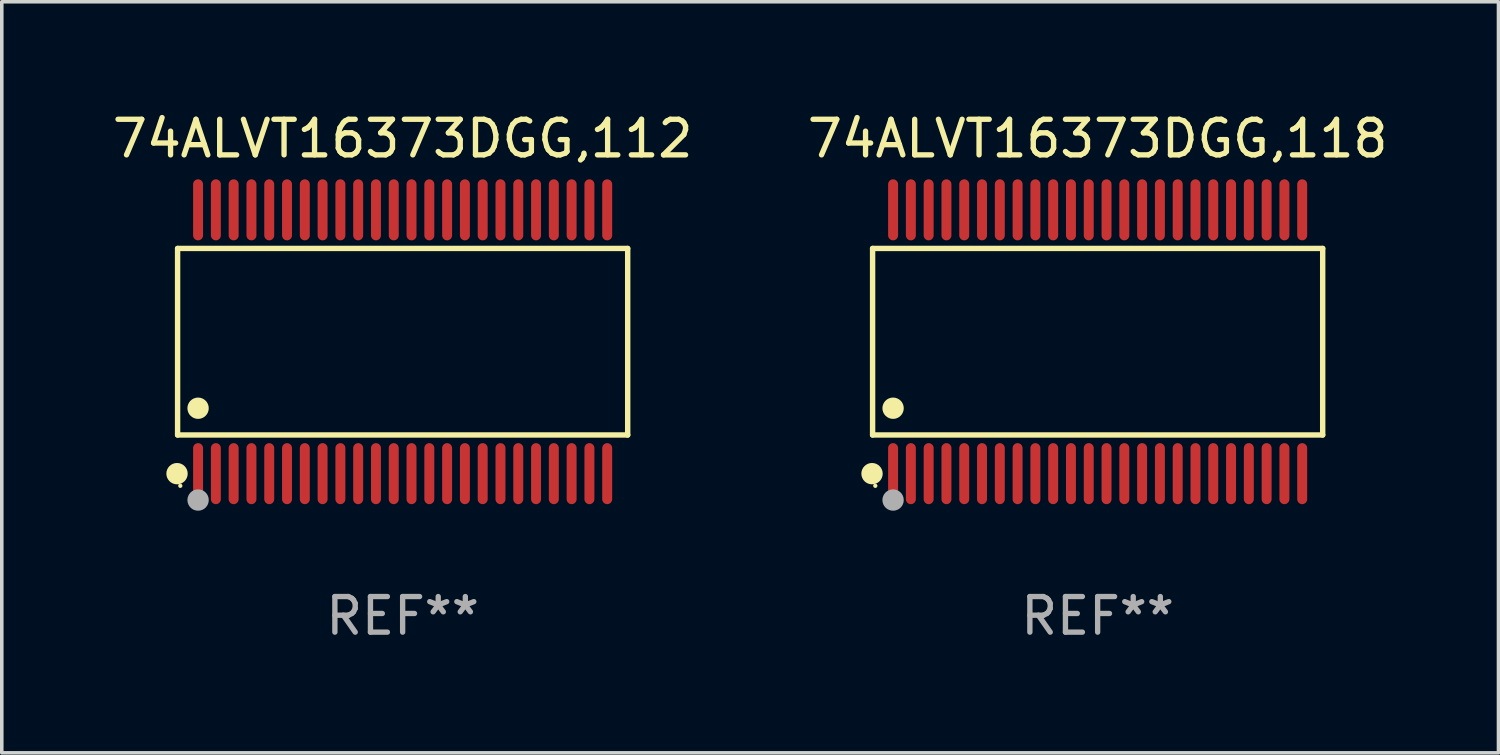
<source format=kicad_pcb>
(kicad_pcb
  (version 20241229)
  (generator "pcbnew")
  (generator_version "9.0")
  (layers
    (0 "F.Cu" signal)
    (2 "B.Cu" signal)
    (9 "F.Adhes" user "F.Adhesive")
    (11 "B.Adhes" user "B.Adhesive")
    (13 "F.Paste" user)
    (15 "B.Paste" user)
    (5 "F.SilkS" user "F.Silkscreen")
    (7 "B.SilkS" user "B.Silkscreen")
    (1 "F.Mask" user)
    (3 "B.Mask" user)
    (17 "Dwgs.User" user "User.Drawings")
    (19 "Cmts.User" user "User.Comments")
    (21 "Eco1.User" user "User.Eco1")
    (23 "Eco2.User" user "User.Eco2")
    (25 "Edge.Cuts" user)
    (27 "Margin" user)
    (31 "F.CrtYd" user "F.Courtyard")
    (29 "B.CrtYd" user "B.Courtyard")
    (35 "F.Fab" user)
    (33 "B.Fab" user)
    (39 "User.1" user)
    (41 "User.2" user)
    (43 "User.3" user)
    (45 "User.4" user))
  (footprint "74ALVT16373DGG,118"
    (layer "F.Cu")
    (at 27.804 6.556)
    (property "Reference" "74ALVT16373DGG,118" (at 0 -5.708 0) (layer "F.SilkS") (effects (font (size 1 1) (thickness 0.15))))
    (attr through_hole)
    (fp_line (start -6.326 -2.622) (end 6.326 -2.622) (stroke (width 0.152) (type solid)) (layer "F.SilkS"))
    (fp_line (start -6.326 2.621) (end -6.326 -2.622) (stroke (width 0.152) (type solid)) (layer "F.SilkS"))
    (fp_line (start 6.326 -2.622) (end 6.326 2.621) (stroke (width 0.152) (type solid)) (layer "F.SilkS"))
    (fp_line (start 6.326 2.621) (end -6.326 2.621) (stroke (width 0.152) (type solid)) (layer "F.SilkS"))
    (fp_circle (center -6.342 3.708) (end -6.192 3.708) (stroke (width 0.3) (type solid)) (fill no) (layer "F.SilkS"))
    (fp_circle (center -6.25 4.05) (end -6.22 4.05) (stroke (width 0.06) (type solid)) (fill no) (layer "F.SilkS"))
    (fp_circle (center -5.75 1.869) (end -5.6 1.869) (stroke (width 0.3) (type solid)) (fill no) (layer "F.SilkS"))
    (fp_circle (center -5.75 4.45) (end -5.6 4.45) (stroke (width 0.3) (type solid)) (fill no) (layer "F.Fab"))
    (fp_text user "REF**" (at 0 7.708 0) (layer "F.Fab") (effects (font (size 1 1) (thickness 0.15))))
    (pad "1" smd oval (at -5.75 3.708) (size 0.28 1.715) (layers "F.Cu" "F.Mask" "F.Paste"))
    (pad "2" smd oval (at -5.25 3.708) (size 0.28 1.715) (layers "F.Cu" "F.Mask" "F.Paste"))
    (pad "3" smd oval (at -4.75 3.708) (size 0.28 1.715) (layers "F.Cu" "F.Mask" "F.Paste"))
    (pad "4" smd oval (at -4.25 3.708) (size 0.28 1.715) (layers "F.Cu" "F.Mask" "F.Paste"))
    (pad "5" smd oval (at -3.75 3.708) (size 0.28 1.715) (layers "F.Cu" "F.Mask" "F.Paste"))
    (pad "6" smd oval (at -3.25 3.708) (size 0.28 1.715) (layers "F.Cu" "F.Mask" "F.Paste"))
    (pad "7" smd oval (at -2.75 3.708) (size 0.28 1.715) (layers "F.Cu" "F.Mask" "F.Paste"))
    (pad "8" smd oval (at -2.25 3.708) (size 0.28 1.715) (layers "F.Cu" "F.Mask" "F.Paste"))
    (pad "9" smd oval (at -1.75 3.708) (size 0.28 1.715) (layers "F.Cu" "F.Mask" "F.Paste"))
    (pad "10" smd oval (at -1.25 3.708) (size 0.28 1.715) (layers "F.Cu" "F.Mask" "F.Paste"))
    (pad "11" smd oval (at -0.75 3.708) (size 0.28 1.715) (layers "F.Cu" "F.Mask" "F.Paste"))
    (pad "12" smd oval (at -0.25 3.708) (size 0.28 1.715) (layers "F.Cu" "F.Mask" "F.Paste"))
    (pad "13" smd oval (at 0.25 3.708) (size 0.28 1.715) (layers "F.Cu" "F.Mask" "F.Paste"))
    (pad "14" smd oval (at 0.75 3.708) (size 0.28 1.715) (layers "F.Cu" "F.Mask" "F.Paste"))
    (pad "15" smd oval (at 1.25 3.708) (size 0.28 1.715) (layers "F.Cu" "F.Mask" "F.Paste"))
    (pad "16" smd oval (at 1.75 3.708) (size 0.28 1.715) (layers "F.Cu" "F.Mask" "F.Paste"))
    (pad "17" smd oval (at 2.25 3.708) (size 0.28 1.715) (layers "F.Cu" "F.Mask" "F.Paste"))
    (pad "18" smd oval (at 2.75 3.708) (size 0.28 1.715) (layers "F.Cu" "F.Mask" "F.Paste"))
    (pad "19" smd oval (at 3.25 3.708) (size 0.28 1.715) (layers "F.Cu" "F.Mask" "F.Paste"))
    (pad "20" smd oval (at 3.75 3.708) (size 0.28 1.715) (layers "F.Cu" "F.Mask" "F.Paste"))
    (pad "21" smd oval (at 4.25 3.708) (size 0.28 1.715) (layers "F.Cu" "F.Mask" "F.Paste"))
    (pad "22" smd oval (at 4.75 3.708) (size 0.28 1.715) (layers "F.Cu" "F.Mask" "F.Paste"))
    (pad "23" smd oval (at 5.25 3.708) (size 0.28 1.715) (layers "F.Cu" "F.Mask" "F.Paste"))
    (pad "24" smd oval (at 5.75 3.708) (size 0.28 1.715) (layers "F.Cu" "F.Mask" "F.Paste"))
    (pad "25" smd oval (at 5.75 -3.708) (size 0.28 1.715) (layers "F.Cu" "F.Mask" "F.Paste"))
    (pad "26" smd oval (at 5.25 -3.708) (size 0.28 1.715) (layers "F.Cu" "F.Mask" "F.Paste"))
    (pad "27" smd oval (at 4.75 -3.708) (size 0.28 1.715) (layers "F.Cu" "F.Mask" "F.Paste"))
    (pad "28" smd oval (at 4.25 -3.708) (size 0.28 1.715) (layers "F.Cu" "F.Mask" "F.Paste"))
    (pad "29" smd oval (at 3.75 -3.708) (size 0.28 1.715) (layers "F.Cu" "F.Mask" "F.Paste"))
    (pad "30" smd oval (at 3.25 -3.708) (size 0.28 1.715) (layers "F.Cu" "F.Mask" "F.Paste"))
    (pad "31" smd oval (at 2.75 -3.708) (size 0.28 1.715) (layers "F.Cu" "F.Mask" "F.Paste"))
    (pad "32" smd oval (at 2.25 -3.708) (size 0.28 1.715) (layers "F.Cu" "F.Mask" "F.Paste"))
    (pad "33" smd oval (at 1.75 -3.708) (size 0.28 1.715) (layers "F.Cu" "F.Mask" "F.Paste"))
    (pad "34" smd oval (at 1.25 -3.708) (size 0.28 1.715) (layers "F.Cu" "F.Mask" "F.Paste"))
    (pad "35" smd oval (at 0.75 -3.708) (size 0.28 1.715) (layers "F.Cu" "F.Mask" "F.Paste"))
    (pad "36" smd oval (at 0.25 -3.708) (size 0.28 1.715) (layers "F.Cu" "F.Mask" "F.Paste"))
    (pad "37" smd oval (at -0.25 -3.708) (size 0.28 1.715) (layers "F.Cu" "F.Mask" "F.Paste"))
    (pad "38" smd oval (at -0.75 -3.708) (size 0.28 1.715) (layers "F.Cu" "F.Mask" "F.Paste"))
    (pad "39" smd oval (at -1.25 -3.708) (size 0.28 1.715) (layers "F.Cu" "F.Mask" "F.Paste"))
    (pad "40" smd oval (at -1.75 -3.708) (size 0.28 1.715) (layers "F.Cu" "F.Mask" "F.Paste"))
    (pad "41" smd oval (at -2.25 -3.708) (size 0.28 1.715) (layers "F.Cu" "F.Mask" "F.Paste"))
    (pad "42" smd oval (at -2.75 -3.708) (size 0.28 1.715) (layers "F.Cu" "F.Mask" "F.Paste"))
    (pad "43" smd oval (at -3.25 -3.708) (size 0.28 1.715) (layers "F.Cu" "F.Mask" "F.Paste"))
    (pad "44" smd oval (at -3.75 -3.708) (size 0.28 1.715) (layers "F.Cu" "F.Mask" "F.Paste"))
    (pad "45" smd oval (at -4.25 -3.708) (size 0.28 1.715) (layers "F.Cu" "F.Mask" "F.Paste"))
    (pad "46" smd oval (at -4.75 -3.708) (size 0.28 1.715) (layers "F.Cu" "F.Mask" "F.Paste"))
    (pad "47" smd oval (at -5.25 -3.708) (size 0.28 1.715) (layers "F.Cu" "F.Mask" "F.Paste"))
    (pad "48" smd oval (at -5.75 -3.708) (size 0.28 1.715) (layers "F.Cu" "F.Mask" "F.Paste")))
  (footprint "74ALVT16373DGG,112"
    (layer "F.Cu")
    (at 8.268 6.556)
    (property "Reference" "74ALVT16373DGG,112" (at 0 -5.708 0) (layer "F.SilkS") (effects (font (size 1 1) (thickness 0.15))))
    (attr through_hole)
    (fp_line (start -6.326 -2.622) (end 6.326 -2.622) (stroke (width 0.152) (type solid)) (layer "F.SilkS"))
    (fp_line (start -6.326 2.621) (end -6.326 -2.622) (stroke (width 0.152) (type solid)) (layer "F.SilkS"))
    (fp_line (start 6.326 -2.622) (end 6.326 2.621) (stroke (width 0.152) (type solid)) (layer "F.SilkS"))
    (fp_line (start 6.326 2.621) (end -6.326 2.621) (stroke (width 0.152) (type solid)) (layer "F.SilkS"))
    (fp_circle (center -6.342 3.708) (end -6.192 3.708) (stroke (width 0.3) (type solid)) (fill no) (layer "F.SilkS"))
    (fp_circle (center -6.25 4.05) (end -6.22 4.05) (stroke (width 0.06) (type solid)) (fill no) (layer "F.SilkS"))
    (fp_circle (center -5.75 1.869) (end -5.6 1.869) (stroke (width 0.3) (type solid)) (fill no) (layer "F.SilkS"))
    (fp_circle (center -5.75 4.45) (end -5.6 4.45) (stroke (width 0.3) (type solid)) (fill no) (layer "F.Fab"))
    (fp_text user "REF**" (at 0 7.708 0) (layer "F.Fab") (effects (font (size 1 1) (thickness 0.15))))
    (pad "1" smd oval (at -5.75 3.708) (size 0.28 1.715) (layers "F.Cu" "F.Mask" "F.Paste"))
    (pad "2" smd oval (at -5.25 3.708) (size 0.28 1.715) (layers "F.Cu" "F.Mask" "F.Paste"))
    (pad "3" smd oval (at -4.75 3.708) (size 0.28 1.715) (layers "F.Cu" "F.Mask" "F.Paste"))
    (pad "4" smd oval (at -4.25 3.708) (size 0.28 1.715) (layers "F.Cu" "F.Mask" "F.Paste"))
    (pad "5" smd oval (at -3.75 3.708) (size 0.28 1.715) (layers "F.Cu" "F.Mask" "F.Paste"))
    (pad "6" smd oval (at -3.25 3.708) (size 0.28 1.715) (layers "F.Cu" "F.Mask" "F.Paste"))
    (pad "7" smd oval (at -2.75 3.708) (size 0.28 1.715) (layers "F.Cu" "F.Mask" "F.Paste"))
    (pad "8" smd oval (at -2.25 3.708) (size 0.28 1.715) (layers "F.Cu" "F.Mask" "F.Paste"))
    (pad "9" smd oval (at -1.75 3.708) (size 0.28 1.715) (layers "F.Cu" "F.Mask" "F.Paste"))
    (pad "10" smd oval (at -1.25 3.708) (size 0.28 1.715) (layers "F.Cu" "F.Mask" "F.Paste"))
    (pad "11" smd oval (at -0.75 3.708) (size 0.28 1.715) (layers "F.Cu" "F.Mask" "F.Paste"))
    (pad "12" smd oval (at -0.25 3.708) (size 0.28 1.715) (layers "F.Cu" "F.Mask" "F.Paste"))
    (pad "13" smd oval (at 0.25 3.708) (size 0.28 1.715) (layers "F.Cu" "F.Mask" "F.Paste"))
    (pad "14" smd oval (at 0.75 3.708) (size 0.28 1.715) (layers "F.Cu" "F.Mask" "F.Paste"))
    (pad "15" smd oval (at 1.25 3.708) (size 0.28 1.715) (layers "F.Cu" "F.Mask" "F.Paste"))
    (pad "16" smd oval (at 1.75 3.708) (size 0.28 1.715) (layers "F.Cu" "F.Mask" "F.Paste"))
    (pad "17" smd oval (at 2.25 3.708) (size 0.28 1.715) (layers "F.Cu" "F.Mask" "F.Paste"))
    (pad "18" smd oval (at 2.75 3.708) (size 0.28 1.715) (layers "F.Cu" "F.Mask" "F.Paste"))
    (pad "19" smd oval (at 3.25 3.708) (size 0.28 1.715) (layers "F.Cu" "F.Mask" "F.Paste"))
    (pad "20" smd oval (at 3.75 3.708) (size 0.28 1.715) (layers "F.Cu" "F.Mask" "F.Paste"))
    (pad "21" smd oval (at 4.25 3.708) (size 0.28 1.715) (layers "F.Cu" "F.Mask" "F.Paste"))
    (pad "22" smd oval (at 4.75 3.708) (size 0.28 1.715) (layers "F.Cu" "F.Mask" "F.Paste"))
    (pad "23" smd oval (at 5.25 3.708) (size 0.28 1.715) (layers "F.Cu" "F.Mask" "F.Paste"))
    (pad "24" smd oval (at 5.75 3.708) (size 0.28 1.715) (layers "F.Cu" "F.Mask" "F.Paste"))
    (pad "25" smd oval (at 5.75 -3.708) (size 0.28 1.715) (layers "F.Cu" "F.Mask" "F.Paste"))
    (pad "26" smd oval (at 5.25 -3.708) (size 0.28 1.715) (layers "F.Cu" "F.Mask" "F.Paste"))
    (pad "27" smd oval (at 4.75 -3.708) (size 0.28 1.715) (layers "F.Cu" "F.Mask" "F.Paste"))
    (pad "28" smd oval (at 4.25 -3.708) (size 0.28 1.715) (layers "F.Cu" "F.Mask" "F.Paste"))
    (pad "29" smd oval (at 3.75 -3.708) (size 0.28 1.715) (layers "F.Cu" "F.Mask" "F.Paste"))
    (pad "30" smd oval (at 3.25 -3.708) (size 0.28 1.715) (layers "F.Cu" "F.Mask" "F.Paste"))
    (pad "31" smd oval (at 2.75 -3.708) (size 0.28 1.715) (layers "F.Cu" "F.Mask" "F.Paste"))
    (pad "32" smd oval (at 2.25 -3.708) (size 0.28 1.715) (layers "F.Cu" "F.Mask" "F.Paste"))
    (pad "33" smd oval (at 1.75 -3.708) (size 0.28 1.715) (layers "F.Cu" "F.Mask" "F.Paste"))
    (pad "34" smd oval (at 1.25 -3.708) (size 0.28 1.715) (layers "F.Cu" "F.Mask" "F.Paste"))
    (pad "35" smd oval (at 0.75 -3.708) (size 0.28 1.715) (layers "F.Cu" "F.Mask" "F.Paste"))
    (pad "36" smd oval (at 0.25 -3.708) (size 0.28 1.715) (layers "F.Cu" "F.Mask" "F.Paste"))
    (pad "37" smd oval (at -0.25 -3.708) (size 0.28 1.715) (layers "F.Cu" "F.Mask" "F.Paste"))
    (pad "38" smd oval (at -0.75 -3.708) (size 0.28 1.715) (layers "F.Cu" "F.Mask" "F.Paste"))
    (pad "39" smd oval (at -1.25 -3.708) (size 0.28 1.715) (layers "F.Cu" "F.Mask" "F.Paste"))
    (pad "40" smd oval (at -1.75 -3.708) (size 0.28 1.715) (layers "F.Cu" "F.Mask" "F.Paste"))
    (pad "41" smd oval (at -2.25 -3.708) (size 0.28 1.715) (layers "F.Cu" "F.Mask" "F.Paste"))
    (pad "42" smd oval (at -2.75 -3.708) (size 0.28 1.715) (layers "F.Cu" "F.Mask" "F.Paste"))
    (pad "43" smd oval (at -3.25 -3.708) (size 0.28 1.715) (layers "F.Cu" "F.Mask" "F.Paste"))
    (pad "44" smd oval (at -3.75 -3.708) (size 0.28 1.715) (layers "F.Cu" "F.Mask" "F.Paste"))
    (pad "45" smd oval (at -4.25 -3.708) (size 0.28 1.715) (layers "F.Cu" "F.Mask" "F.Paste"))
    (pad "46" smd oval (at -4.75 -3.708) (size 0.28 1.715) (layers "F.Cu" "F.Mask" "F.Paste"))
    (pad "47" smd oval (at -5.25 -3.708) (size 0.28 1.715) (layers "F.Cu" "F.Mask" "F.Paste"))
    (pad "48" smd oval (at -5.75 -3.708) (size 0.28 1.715) (layers "F.Cu" "F.Mask" "F.Paste")))
  (gr_rect
    (start -3 -3)
    (end 39.071 18.112)
    (stroke (width 0.1) (type default))
    (fill no)
    (layer "Edge.Cuts")))
</source>
